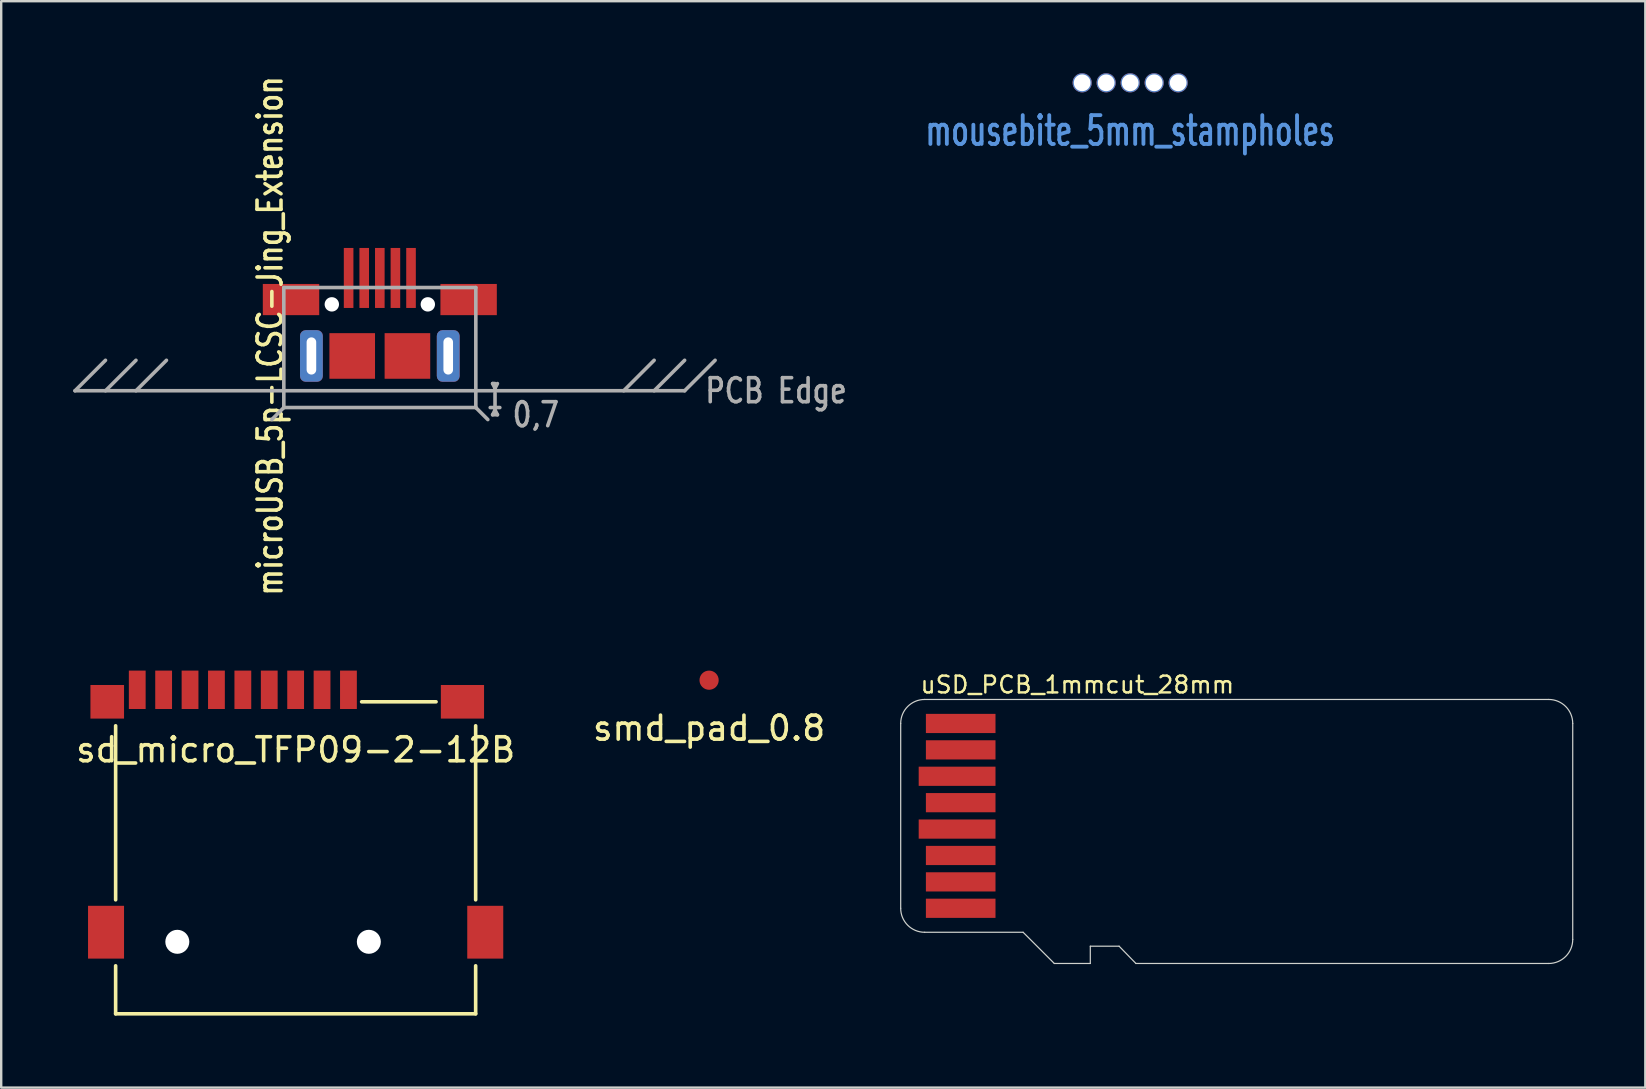
<source format=kicad_pcb>
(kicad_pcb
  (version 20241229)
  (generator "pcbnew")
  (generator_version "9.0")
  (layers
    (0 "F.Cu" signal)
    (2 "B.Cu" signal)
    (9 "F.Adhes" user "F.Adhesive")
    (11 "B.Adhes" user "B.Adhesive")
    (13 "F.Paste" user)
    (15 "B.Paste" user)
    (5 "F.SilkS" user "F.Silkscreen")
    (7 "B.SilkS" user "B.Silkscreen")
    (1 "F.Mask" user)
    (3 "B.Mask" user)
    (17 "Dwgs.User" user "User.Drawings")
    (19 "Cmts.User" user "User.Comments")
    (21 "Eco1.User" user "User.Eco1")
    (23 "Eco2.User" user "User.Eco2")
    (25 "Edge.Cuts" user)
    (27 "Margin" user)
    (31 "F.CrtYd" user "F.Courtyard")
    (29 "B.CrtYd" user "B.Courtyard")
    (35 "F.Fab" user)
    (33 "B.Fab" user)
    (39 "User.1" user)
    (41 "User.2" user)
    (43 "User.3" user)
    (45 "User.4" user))
  (footprint "sd_micro_TFP09-2-12B"
    (layer "F.Cu")
    (at 9.268 36.19)
    (property "Reference" "sd_micro_TFP09-2-12B" (at 0 -8 0) (layer "F.SilkS") (effects (font (size 1 1) (thickness 0.15))))
    (attr through_hole)
    (fp_line (start -7.5 -1.75) (end -7.5 -9) (stroke (width 0.15) (type solid)) (layer "F.SilkS"))
    (fp_line (start -7.5 3) (end -7.5 1) (stroke (width 0.15) (type solid)) (layer "F.SilkS"))
    (fp_line (start 5.85 -10) (end 2.75 -10) (stroke (width 0.15) (type solid)) (layer "F.SilkS"))
    (fp_line (start 7.5 -9) (end 7.5 -1.75) (stroke (width 0.15) (type solid)) (layer "F.SilkS"))
    (fp_line (start 7.5 3) (end -7.5 3) (stroke (width 0.15) (type solid)) (layer "F.SilkS"))
    (fp_line (start 7.5 3) (end 7.5 1) (stroke (width 0.15) (type solid)) (layer "F.SilkS"))
    (pad "" np_thru_hole circle (at -4.93 0) (size 1 1) (drill 1) (layers "*.Cu" "*.Mask"))
    (pad "" np_thru_hole circle (at 3.05 0) (size 1 1) (drill 1) (layers "*.Cu" "*.Mask"))
    (pad "1" smd rect (at 2.2 -10.5) (size 0.7 1.6) (layers "F.Cu" "F.Mask" "F.Paste"))
    (pad "2" smd rect (at 1.1 -10.5) (size 0.7 1.6) (layers "F.Cu" "F.Mask" "F.Paste"))
    (pad "3" smd rect (at 0 -10.5) (size 0.7 1.6) (layers "F.Cu" "F.Mask" "F.Paste"))
    (pad "4" smd rect (at -1.1 -10.5) (size 0.7 1.6) (layers "F.Cu" "F.Mask" "F.Paste"))
    (pad "5" smd rect (at -2.2 -10.5) (size 0.7 1.6) (layers "F.Cu" "F.Mask" "F.Paste"))
    (pad "6" smd rect (at -3.3 -10.5) (size 0.7 1.6) (layers "F.Cu" "F.Mask" "F.Paste"))
    (pad "7" smd rect (at -4.4 -10.5) (size 0.7 1.6) (layers "F.Cu" "F.Mask" "F.Paste"))
    (pad "8" smd rect (at -5.5 -10.5) (size 0.7 1.6) (layers "F.Cu" "F.Mask" "F.Paste"))
    (pad "9" smd rect (at -6.6 -10.5) (size 0.7 1.6) (layers "F.Cu" "F.Mask" "F.Paste"))
    (pad "10" smd rect (at -7.85 -10) (size 1.4 1.4) (layers "F.Cu" "F.Mask" "F.Paste"))
    (pad "11" smd rect (at 6.95 -10) (size 1.8 1.4) (layers "F.Cu" "F.Mask" "F.Paste"))
    (pad "12" smd rect (at 7.9 -0.4) (size 1.5 2.2) (layers "F.Cu" "F.Mask" "F.Paste"))
    (pad "13" smd rect (at -7.9 -0.4) (size 1.5 2.2) (layers "F.Cu" "F.Mask" "F.Paste")))
  (footprint "smd_pad_0.8"
    (layer "F.Cu")
    (at 26.494 25.29)
    (property "Reference" "smd_pad_0.8" (at 0 2 0) (layer "F.SilkS") (effects (font (size 1 1) (thickness 0.15))))
    (attr through_hole)
    (pad "1" smd circle (at 0 0) (size 0.8 0.8) (layers "F.Cu" "F.Mask")))
  (footprint "mousebite_5mm_stampholes"
    (layer "F.Cu")
    (at 44.038 0.4)
    (property "Reference" "mousebite_5mm_stampholes" (at 0 2 0) (layer "Cmts.User") (effects (font (size 1.2 0.8) (thickness 0.16))))
    (attr through_hole)
    (pad "" np_thru_hole circle (at -2 0) (size 0.8 0.8) (drill 0.7) (layers "*.Cu" "*.Mask"))
    (pad "" np_thru_hole circle (at -1 0) (size 0.8 0.8) (drill 0.7) (layers "*.Cu" "*.Mask"))
    (pad "" np_thru_hole circle (at 0 0) (size 0.8 0.8) (drill 0.7) (layers "*.Cu" "*.Mask"))
    (pad "" np_thru_hole circle (at 1 0) (size 0.8 0.8) (drill 0.7) (layers "*.Cu" "*.Mask"))
    (pad "" np_thru_hole circle (at 2 0) (size 0.8 0.8) (drill 0.7) (layers "*.Cu" "*.Mask")))
  (footprint "microUSB_5p-LCSC-Jing_Extension"
    (layer "F.Cu")
    (at 12.775 13.231)
    (property "Reference" "microUSB_5p-LCSC-Jing_Extension" (at -4.572 -2.286 90) (layer "F.SilkS") (effects (font (size 1 0.8) (thickness 0.15))))
    (attr through_hole)
    (fp_line (start -12.7 0) (end -11.43 -1.27) (stroke (width 0.15) (type solid)) (layer "F.Fab"))
    (fp_line (start -12.7 0) (end 12.7 0) (stroke (width 0.15) (type solid)) (layer "F.Fab"))
    (fp_line (start -10.16 -1.27) (end -11.43 0) (stroke (width 0.15) (type solid)) (layer "F.Fab"))
    (fp_line (start -8.89 -1.27) (end -10.16 0) (stroke (width 0.15) (type solid)) (layer "F.Fab"))
    (fp_line (start -4 -4.3) (end 4 -4.3) (stroke (width 0.15) (type solid)) (layer "F.Fab"))
    (fp_line (start -4 0.7) (end -4.5 1.2) (stroke (width 0.15) (type solid)) (layer "F.Fab"))
    (fp_line (start -4 0.7) (end -4 -4.3) (stroke (width 0.15) (type solid)) (layer "F.Fab"))
    (fp_line (start -4 0.7) (end 4 0.7) (stroke (width 0.15) (type solid)) (layer "F.Fab"))
    (fp_line (start 4 -4.3) (end 4 0.7) (stroke (width 0.15) (type solid)) (layer "F.Fab"))
    (fp_line (start 4 0.7) (end 4.5 1.2) (stroke (width 0.15) (type solid)) (layer "F.Fab"))
    (fp_line (start 4.6 0.7) (end 5 0.7) (stroke (width 0.15) (type solid)) (layer "F.Fab"))
    (fp_line (start 4.7 -0.3) (end 4.8 -0.1) (stroke (width 0.15) (type solid)) (layer "F.Fab"))
    (fp_line (start 4.7 1) (end 4.8 0.8) (stroke (width 0.15) (type solid)) (layer "F.Fab"))
    (fp_line (start 4.8 -0.3) (end 4.7 -0.3) (stroke (width 0.15) (type solid)) (layer "F.Fab"))
    (fp_line (start 4.8 -0.1) (end 4.9 -0.3) (stroke (width 0.15) (type solid)) (layer "F.Fab"))
    (fp_line (start 4.8 0.1) (end 4.8 0.7) (stroke (width 0.15) (type solid)) (layer "F.Fab"))
    (fp_line (start 4.8 0.8) (end 4.9 1) (stroke (width 0.15) (type solid)) (layer "F.Fab"))
    (fp_line (start 4.9 1) (end 4.7 1) (stroke (width 0.15) (type solid)) (layer "F.Fab"))
    (fp_line (start 10.16 0) (end 11.43 -1.27) (stroke (width 0.15) (type solid)) (layer "F.Fab"))
    (fp_line (start 11.43 0) (end 12.7 -1.27) (stroke (width 0.15) (type solid)) (layer "F.Fab"))
    (fp_line (start 12.7 0) (end 13.97 -1.27) (stroke (width 0.15) (type solid)) (layer "F.Fab"))
    (fp_text user "PCB Edge" (at 16.51 0 0) (layer "F.Fab") (effects (font (size 1 0.8) (thickness 0.15))))
    (fp_text user "0,7" (at 6.5 1 0) (layer "F.Fab") (effects (font (size 1 0.8) (thickness 0.15))))
    (pad "" np_thru_hole circle (at -2 -3.6) (size 0.6 0.6) (drill 0.6) (layers "*.Cu" "*.Mask"))
    (pad "" np_thru_hole circle (at 2 -3.6) (size 0.6 0.6) (drill 0.6) (layers "*.Cu" "*.Mask"))
    (pad "1" smd rect (at -1.3 -4.7) (size 0.4 2.5) (layers "F.Cu" "F.Mask" "F.Paste"))
    (pad "2" smd rect (at -0.65 -4.7) (size 0.4 2.5) (layers "F.Cu" "F.Mask" "F.Paste"))
    (pad "3" smd rect (at 0 -4.7) (size 0.4 2.5) (layers "F.Cu" "F.Mask" "F.Paste"))
    (pad "4" smd rect (at 0.65 -4.7) (size 0.4 2.5) (layers "F.Cu" "F.Mask" "F.Paste"))
    (pad "5" smd rect (at 1.3 -4.7) (size 0.4 2.5) (layers "F.Cu" "F.Mask" "F.Paste"))
    (pad "6" smd rect (at -3.7 -3.8) (size 2.35 1.3) (layers "F.Cu" "F.Mask" "F.Paste"))
    (pad "7" smd rect (at 3.7 -3.8) (size 2.35 1.3) (layers "F.Cu" "F.Mask" "F.Paste"))
    (pad "8" smd rect (at -1.15 -1.45) (size 1.9 1.9) (layers "F.Cu" "F.Mask"))
    (pad "9" smd rect (at 1.15 -1.45) (size 1.9 1.9) (layers "F.Cu" "F.Mask"))
    (pad "10" thru_hole roundrect (at -2.85 -1.45) (size 0.95 2.15) (drill oval 0.4 1.55) (layers "*.Cu" "*.Mask") (roundrect_rratio 0.25))
    (pad "11" thru_hole roundrect (at 2.85 -1.45) (size 0.95 2.15) (drill oval 0.4 1.55) (layers "*.Cu" "*.Mask") (roundrect_rratio 0.25)))
  (footprint "uSD_PCB_1mmcut_28mm"
    (layer "F.Cu")
    (at 36.977 34.793)
    (property "Reference" "uSD_PCB_1mmcut_28mm" (at -1.74 -8.903 0) (unlocked yes) (layer "F.SilkS") (effects (font (size 0.7 0.7) (thickness 0.1)) (justify left bottom)))
    (fp_line (start -2.5 -7.7) (end -2.5 0) (stroke (width 0.05) (type solid)) (layer "Edge.Cuts"))
    (fp_line (start -1.5 1) (end 2.6 1) (stroke (width 0.05) (type solid)) (layer "Edge.Cuts"))
    (fp_line (start 3.9 2.3) (end 2.6 1) (stroke (width 0.05) (type solid)) (layer "Edge.Cuts"))
    (fp_line (start 3.9 2.3) (end 5.4 2.3) (stroke (width 0.05) (type solid)) (layer "Edge.Cuts"))
    (fp_line (start 5.4 1.58) (end 6.6 1.58) (stroke (width 0.05) (type solid)) (layer "Edge.Cuts"))
    (fp_line (start 5.4 2.3) (end 5.4 1.58) (stroke (width 0.05) (type solid)) (layer "Edge.Cuts"))
    (fp_line (start 6.6 1.58) (end 7.3 2.3) (stroke (width 0.05) (type solid)) (layer "Edge.Cuts"))
    (fp_line (start 7.3 2.3) (end 24.5 2.3) (stroke (width 0.05) (type solid)) (layer "Edge.Cuts"))
    (fp_line (start 24.5 -8.7) (end -1.5 -8.7) (stroke (width 0.05) (type solid)) (layer "Edge.Cuts"))
    (fp_line (start 25.5 1.3) (end 25.5 -7.7) (stroke (width 0.05) (type solid)) (layer "Edge.Cuts"))
    (fp_arc (start -2.5 -7.7) (mid -2.207107 -8.407107) (end -1.5 -8.7) (stroke (width 0.05) (type solid)) (layer "Edge.Cuts"))
    (fp_arc (start -1.5 1) (mid -2.207107 0.707107) (end -2.5 0) (stroke (width 0.05) (type solid)) (layer "Edge.Cuts"))
    (fp_arc (start 24.5 -8.7) (mid 25.207107 -8.407107) (end 25.5 -7.7) (stroke (width 0.05) (type solid)) (layer "Edge.Cuts"))
    (fp_arc (start 25.5 1.3) (mid 25.207107 2.007107) (end 24.5 2.3) (stroke (width 0.05) (type solid)) (layer "Edge.Cuts"))
    (fp_line (start -2.5 -7.7) (end -2.5 0) (stroke (width 0.05) (type solid)) (layer "Margin"))
    (fp_line (start -1.5 1) (end 2.6 1) (stroke (width 0.05) (type solid)) (layer "Margin"))
    (fp_line (start 3.9 2.3) (end 2.6 1) (stroke (width 0.05) (type solid)) (layer "Margin"))
    (fp_line (start 3.9 2.3) (end 5.4 2.3) (stroke (width 0.05) (type solid)) (layer "Margin"))
    (fp_line (start 5.4 1.58) (end 6.6 1.58) (stroke (width 0.05) (type solid)) (layer "Margin"))
    (fp_line (start 5.4 2.3) (end 5.4 1.58) (stroke (width 0.05) (type solid)) (layer "Margin"))
    (fp_line (start 6.6 1.58) (end 7.3 2.3) (stroke (width 0.05) (type solid)) (layer "Margin"))
    (fp_line (start 7.3 2.3) (end 24.5 2.3) (stroke (width 0.05) (type solid)) (layer "Margin"))
    (fp_line (start 24.5 -8.7) (end -1.5 -8.7) (stroke (width 0.05) (type solid)) (layer "Margin"))
    (fp_line (start 25.5 1.3) (end 25.5 -7.7) (stroke (width 0.05) (type solid)) (layer "Margin"))
    (fp_arc (start -2.5 -7.7) (mid -2.207107 -8.407107) (end -1.5 -8.7) (stroke (width 0.05) (type solid)) (layer "Margin"))
    (fp_arc (start -1.5 1) (mid -2.207107 0.707107) (end -2.5 0) (stroke (width 0.05) (type solid)) (layer "Margin"))
    (fp_arc (start 24.5 -8.7) (mid 25.207107 -8.407107) (end 25.5 -7.7) (stroke (width 0.05) (type solid)) (layer "Margin"))
    (fp_arc (start 25.5 1.3) (mid 25.207107 2.007107) (end 24.5 2.3) (stroke (width 0.05) (type solid)) (layer "Margin"))
    (pad "1" smd rect (at 0 0) (size 2.9 0.8) (layers "F.Cu" "F.Mask" "F.Paste"))
    (pad "2" smd rect (at 0 -1.1) (size 2.9 0.8) (layers "F.Cu" "F.Mask" "F.Paste"))
    (pad "3" smd rect (at 0 -2.2) (size 2.9 0.8) (layers "F.Cu" "F.Mask" "F.Paste"))
    (pad "4" smd rect (at -0.15 -3.3) (size 3.2 0.8) (layers "F.Cu" "F.Mask" "F.Paste"))
    (pad "5" smd rect (at 0 -4.4) (size 2.9 0.8) (layers "F.Cu" "F.Mask" "F.Paste"))
    (pad "6" smd rect (at -0.15 -5.5) (size 3.2 0.8) (layers "F.Cu" "F.Mask" "F.Paste"))
    (pad "7" smd rect (at 0 -6.6) (size 2.9 0.8) (layers "F.Cu" "F.Mask" "F.Paste"))
    (pad "8" smd rect (at 0 -7.7) (size 2.9 0.8) (layers "F.Cu" "F.Mask" "F.Paste")))
  (gr_rect
    (start -3 -3)
    (end 65.502 42.265)
    (stroke (width 0.1) (type default))
    (fill no)
    (layer "Edge.Cuts")))
</source>
